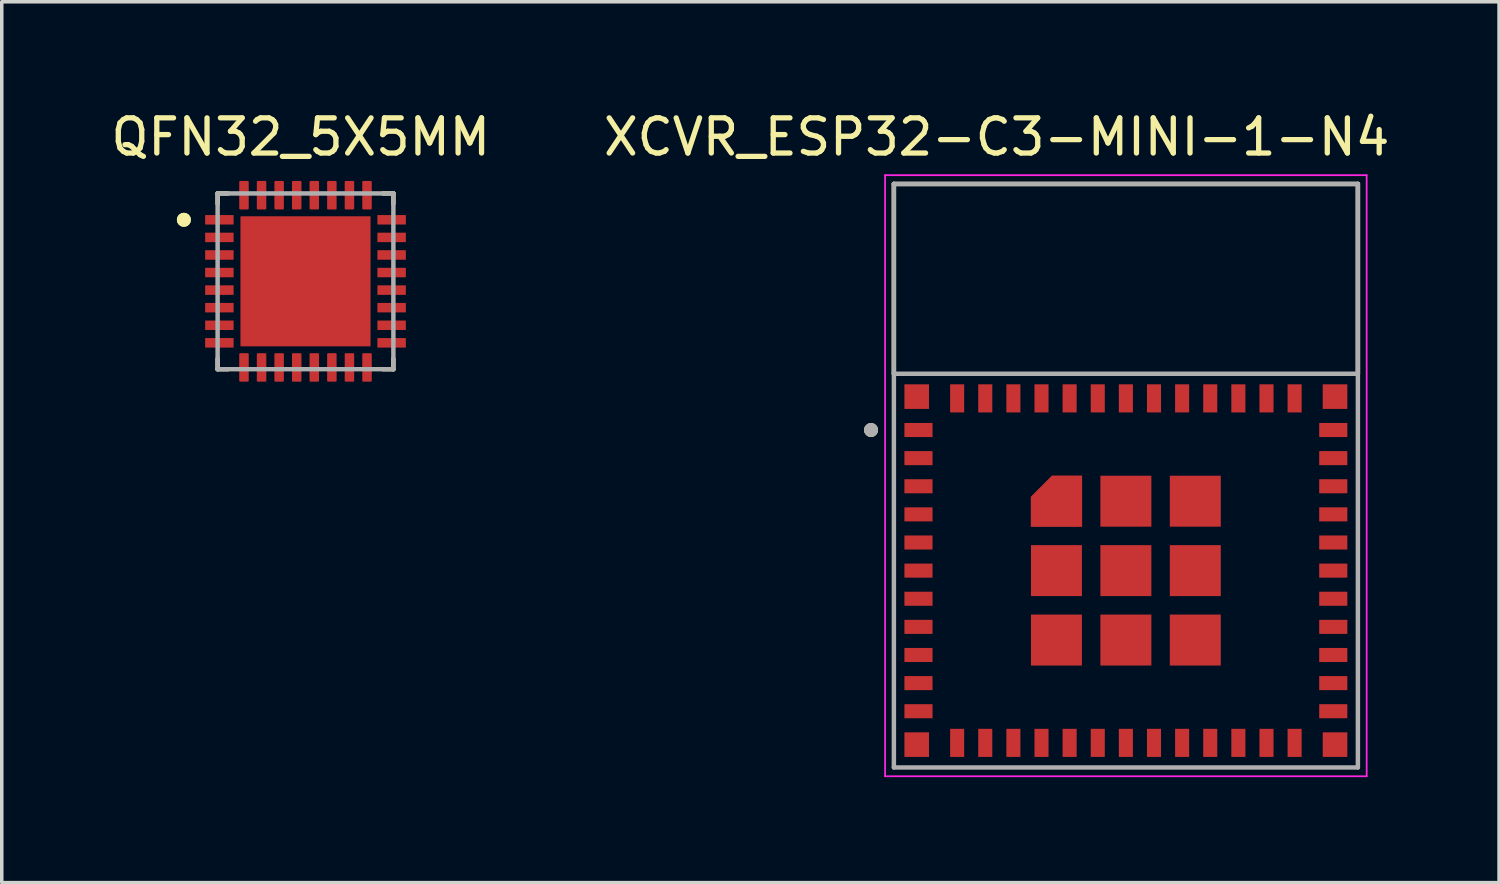
<source format=kicad_pcb>
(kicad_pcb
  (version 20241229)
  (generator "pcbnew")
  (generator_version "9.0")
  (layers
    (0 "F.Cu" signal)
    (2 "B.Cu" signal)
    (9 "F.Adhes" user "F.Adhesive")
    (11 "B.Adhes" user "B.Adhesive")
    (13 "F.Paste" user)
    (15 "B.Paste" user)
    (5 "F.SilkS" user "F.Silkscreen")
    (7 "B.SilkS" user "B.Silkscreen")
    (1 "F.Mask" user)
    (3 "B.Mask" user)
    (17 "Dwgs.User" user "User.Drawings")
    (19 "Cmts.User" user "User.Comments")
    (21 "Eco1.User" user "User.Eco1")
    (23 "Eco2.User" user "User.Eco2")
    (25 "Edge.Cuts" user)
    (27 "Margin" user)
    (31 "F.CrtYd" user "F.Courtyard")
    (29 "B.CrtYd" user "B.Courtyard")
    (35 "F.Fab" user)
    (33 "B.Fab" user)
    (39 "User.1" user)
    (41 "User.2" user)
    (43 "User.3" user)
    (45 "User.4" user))
  (footprint "QFN32_5X5MM"
    (layer "F.Cu")
    (at 5.641 4.953)
    (property "Reference" "QFN32_5X5MM" (at -0.135 -4.105 0) (layer "F.SilkS") (effects (font (size 1 1) (thickness 0.15))))
    (attr smd)
    (fp_line (start -2.5 -2.5) (end -2.5 -2.205) (stroke (width 0.127) (type solid)) (layer "F.SilkS"))
    (fp_line (start -2.5 -2.5) (end -2.205 -2.5) (stroke (width 0.127) (type solid)) (layer "F.SilkS"))
    (fp_line (start -2.5 2.5) (end -2.5 2.205) (stroke (width 0.127) (type solid)) (layer "F.SilkS"))
    (fp_line (start -2.5 2.5) (end -2.205 2.5) (stroke (width 0.127) (type solid)) (layer "F.SilkS"))
    (fp_line (start 2.5 -2.5) (end 2.205 -2.5) (stroke (width 0.127) (type solid)) (layer "F.SilkS"))
    (fp_line (start 2.5 -2.5) (end 2.5 -2.205) (stroke (width 0.127) (type solid)) (layer "F.SilkS"))
    (fp_line (start 2.5 2.5) (end 2.205 2.5) (stroke (width 0.127) (type solid)) (layer "F.SilkS"))
    (fp_line (start 2.5 2.5) (end 2.5 2.205) (stroke (width 0.127) (type solid)) (layer "F.SilkS"))
    (fp_circle (center -3.46 -1.75) (end -3.36 -1.75) (stroke (width 0.2) (type solid)) (fill no) (layer "F.SilkS"))
    (fp_circle (center -3.46 -1.75) (end -3.36 -1.75) (stroke (width 0.2) (type solid)) (fill no) (layer "F.SilkS"))
    (fp_poly (pts (xy -1.85 -1.85) (xy -0.95 -1.85) (xy -0.95 -0.95) (xy -1.85 -0.95)) (stroke (width 0.01) (type solid)) (fill yes) (layer "F.Paste"))
    (fp_poly (pts (xy -1.85 -0.45) (xy -0.95 -0.45) (xy -0.95 0.45) (xy -1.85 0.45)) (stroke (width 0.01) (type solid)) (fill yes) (layer "F.Paste"))
    (fp_poly (pts (xy -1.85 0.95) (xy -0.95 0.95) (xy -0.95 1.85) (xy -1.85 1.85)) (stroke (width 0.01) (type solid)) (fill yes) (layer "F.Paste"))
    (fp_poly (pts (xy -0.45 -1.85) (xy 0.45 -1.85) (xy 0.45 -0.95) (xy -0.45 -0.95)) (stroke (width 0.01) (type solid)) (fill yes) (layer "F.Paste"))
    (fp_poly (pts (xy -0.45 -0.45) (xy 0.45 -0.45) (xy 0.45 0.45) (xy -0.45 0.45)) (stroke (width 0.01) (type solid)) (fill yes) (layer "F.Paste"))
    (fp_poly (pts (xy -0.45 0.95) (xy 0.45 0.95) (xy 0.45 1.85) (xy -0.45 1.85)) (stroke (width 0.01) (type solid)) (fill yes) (layer "F.Paste"))
    (fp_poly (pts (xy 0.95 -1.85) (xy 1.85 -1.85) (xy 1.85 -0.95) (xy 0.95 -0.95)) (stroke (width 0.01) (type solid)) (fill yes) (layer "F.Paste"))
    (fp_poly (pts (xy 0.95 -0.45) (xy 1.85 -0.45) (xy 1.85 0.45) (xy 0.95 0.45)) (stroke (width 0.01) (type solid)) (fill yes) (layer "F.Paste"))
    (fp_poly (pts (xy 0.95 0.95) (xy 1.85 0.95) (xy 1.85 1.85) (xy 0.95 1.85)) (stroke (width 0.01) (type solid)) (fill yes) (layer "F.Paste"))
    (fp_line (start -2.5 2.5) (end -2.5 -2.5) (stroke (width 0.127) (type solid)) (layer "F.Fab"))
    (fp_line (start 2.5 -2.5) (end -2.5 -2.5) (stroke (width 0.127) (type solid)) (layer "F.Fab"))
    (fp_line (start 2.5 2.5) (end -2.5 2.5) (stroke (width 0.127) (type solid)) (layer "F.Fab"))
    (fp_line (start 2.5 2.5) (end 2.5 -2.5) (stroke (width 0.127) (type solid)) (layer "F.Fab"))
    (pad "1" smd roundrect (at -2.45 -1.75) (size 0.81 0.27) (layers "F.Cu" "F.Mask" "F.Paste") (roundrect_rratio 0.03))
    (pad "2" smd roundrect (at -2.45 -1.25) (size 0.81 0.27) (layers "F.Cu" "F.Mask" "F.Paste") (roundrect_rratio 0.03))
    (pad "3" smd roundrect (at -2.45 -0.75) (size 0.81 0.27) (layers "F.Cu" "F.Mask" "F.Paste") (roundrect_rratio 0.03))
    (pad "4" smd roundrect (at -2.45 -0.25) (size 0.81 0.27) (layers "F.Cu" "F.Mask" "F.Paste") (roundrect_rratio 0.03))
    (pad "5" smd roundrect (at -2.45 0.25) (size 0.81 0.27) (layers "F.Cu" "F.Mask" "F.Paste") (roundrect_rratio 0.03))
    (pad "6" smd roundrect (at -2.45 0.75) (size 0.81 0.27) (layers "F.Cu" "F.Mask" "F.Paste") (roundrect_rratio 0.03))
    (pad "7" smd roundrect (at -2.45 1.25) (size 0.81 0.27) (layers "F.Cu" "F.Mask" "F.Paste") (roundrect_rratio 0.03))
    (pad "8" smd roundrect (at -2.45 1.75) (size 0.81 0.27) (layers "F.Cu" "F.Mask" "F.Paste") (roundrect_rratio 0.03))
    (pad "9" smd roundrect (at -1.75 2.45) (size 0.27 0.81) (layers "F.Cu" "F.Mask" "F.Paste") (roundrect_rratio 0.1))
    (pad "10" smd roundrect (at -1.25 2.45) (size 0.27 0.81) (layers "F.Cu" "F.Mask" "F.Paste") (roundrect_rratio 0.1))
    (pad "11" smd roundrect (at -0.75 2.45) (size 0.27 0.81) (layers "F.Cu" "F.Mask" "F.Paste") (roundrect_rratio 0.1))
    (pad "12" smd roundrect (at -0.25 2.45) (size 0.27 0.81) (layers "F.Cu" "F.Mask" "F.Paste") (roundrect_rratio 0.1))
    (pad "13" smd roundrect (at 0.25 2.45) (size 0.27 0.81) (layers "F.Cu" "F.Mask" "F.Paste") (roundrect_rratio 0.1))
    (pad "14" smd roundrect (at 0.75 2.45) (size 0.27 0.81) (layers "F.Cu" "F.Mask" "F.Paste") (roundrect_rratio 0.1))
    (pad "15" smd roundrect (at 1.25 2.45) (size 0.27 0.81) (layers "F.Cu" "F.Mask" "F.Paste") (roundrect_rratio 0.1))
    (pad "16" smd roundrect (at 1.75 2.45) (size 0.27 0.81) (layers "F.Cu" "F.Mask" "F.Paste") (roundrect_rratio 0.1))
    (pad "17" smd roundrect (at 2.45 1.75) (size 0.81 0.27) (layers "F.Cu" "F.Mask" "F.Paste") (roundrect_rratio 0.03))
    (pad "18" smd roundrect (at 2.45 1.25) (size 0.81 0.27) (layers "F.Cu" "F.Mask" "F.Paste") (roundrect_rratio 0.03))
    (pad "19" smd roundrect (at 2.45 0.75) (size 0.81 0.27) (layers "F.Cu" "F.Mask" "F.Paste") (roundrect_rratio 0.03))
    (pad "20" smd roundrect (at 2.45 0.25) (size 0.81 0.27) (layers "F.Cu" "F.Mask" "F.Paste") (roundrect_rratio 0.03))
    (pad "21" smd roundrect (at 2.45 -0.25) (size 0.81 0.27) (layers "F.Cu" "F.Mask" "F.Paste") (roundrect_rratio 0.03))
    (pad "22" smd roundrect (at 2.45 -0.75) (size 0.81 0.27) (layers "F.Cu" "F.Mask" "F.Paste") (roundrect_rratio 0.03))
    (pad "23" smd roundrect (at 2.45 -1.25) (size 0.81 0.27) (layers "F.Cu" "F.Mask" "F.Paste") (roundrect_rratio 0.03))
    (pad "24" smd roundrect (at 2.45 -1.75) (size 0.81 0.27) (layers "F.Cu" "F.Mask" "F.Paste") (roundrect_rratio 0.03))
    (pad "25" smd roundrect (at 1.75 -2.45) (size 0.27 0.81) (layers "F.Cu" "F.Mask" "F.Paste") (roundrect_rratio 0.1))
    (pad "26" smd roundrect (at 1.25 -2.45) (size 0.27 0.81) (layers "F.Cu" "F.Mask" "F.Paste") (roundrect_rratio 0.1))
    (pad "27" smd roundrect (at 0.75 -2.45) (size 0.27 0.81) (layers "F.Cu" "F.Mask" "F.Paste") (roundrect_rratio 0.1))
    (pad "28" smd roundrect (at 0.25 -2.45) (size 0.27 0.81) (layers "F.Cu" "F.Mask" "F.Paste") (roundrect_rratio 0.1))
    (pad "29" smd roundrect (at -0.25 -2.45) (size 0.27 0.81) (layers "F.Cu" "F.Mask" "F.Paste") (roundrect_rratio 0.1))
    (pad "30" smd roundrect (at -0.75 -2.45) (size 0.27 0.81) (layers "F.Cu" "F.Mask" "F.Paste") (roundrect_rratio 0.1))
    (pad "31" smd roundrect (at -1.25 -2.45) (size 0.27 0.81) (layers "F.Cu" "F.Mask" "F.Paste") (roundrect_rratio 0.1))
    (pad "32" smd roundrect (at -1.75 -2.45) (size 0.27 0.81) (layers "F.Cu" "F.Mask" "F.Paste") (roundrect_rratio 0.1))
    (pad "33" smd rect (at 0 0) (size 3.7 3.7) (layers "F.Cu" "F.Mask")))
  (footprint "XCVR_ESP32-C3-MINI-1-N4"
    (layer "F.Cu")
    (at 28.979 10.483)
    (property "Reference" "XCVR_ESP32-C3-MINI-1-N4" (at -3.675 -9.635 0) (layer "F.SilkS") (effects (font (size 1 1) (thickness 0.15))))
    (attr smd)
    (fp_poly (pts (xy -1.15 1.55) (xy -2.8 1.55) (xy -2.8 0.56) (xy -2.14 -0.1) (xy -1.15 -0.1)) (stroke (width 0.01) (type solid)) (fill yes) (layer "F.Mask"))
    (fp_line (start -6.6 -8.3) (end 6.6 -8.3) (stroke (width 0.127) (type solid)) (layer "F.SilkS"))
    (fp_line (start -6.6 -2.92) (end -6.6 -8.3) (stroke (width 0.127) (type solid)) (layer "F.SilkS"))
    (fp_line (start 6.6 -8.3) (end 6.6 -2.92) (stroke (width 0.127) (type solid)) (layer "F.SilkS"))
    (fp_circle (center -7.25 -1.3) (end -7.15 -1.3) (stroke (width 0.2) (type solid)) (fill no) (layer "F.SilkS"))
    (fp_poly (pts (xy -1.25 1.45) (xy -2.7 1.45) (xy -2.7 0.6) (xy -2.1 0) (xy -1.25 0)) (stroke (width 0.01) (type solid)) (fill yes) (layer "F.Paste"))
    (fp_line (start -6.85 -8.55) (end -6.85 8.55) (stroke (width 0.05) (type solid)) (layer "F.CrtYd"))
    (fp_line (start -6.85 8.55) (end 6.85 8.55) (stroke (width 0.05) (type solid)) (layer "F.CrtYd"))
    (fp_line (start 6.85 -8.55) (end -6.85 -8.55) (stroke (width 0.05) (type solid)) (layer "F.CrtYd"))
    (fp_line (start 6.85 8.55) (end 6.85 -8.55) (stroke (width 0.05) (type solid)) (layer "F.CrtYd"))
    (fp_line (start -6.6 -8.3) (end 6.6 -8.3) (stroke (width 0.127) (type solid)) (layer "F.Fab"))
    (fp_line (start -6.6 -2.9) (end -6.6 -8.3) (stroke (width 0.127) (type solid)) (layer "F.Fab"))
    (fp_line (start -6.6 -2.9) (end 6.6 -2.9) (stroke (width 0.127) (type solid)) (layer "F.Fab"))
    (fp_line (start -6.6 8.3) (end -6.6 -2.9) (stroke (width 0.127) (type solid)) (layer "F.Fab"))
    (fp_line (start 6.6 -8.3) (end 6.6 -2.9) (stroke (width 0.127) (type solid)) (layer "F.Fab"))
    (fp_line (start 6.6 -2.9) (end 6.6 8.3) (stroke (width 0.127) (type solid)) (layer "F.Fab"))
    (fp_line (start 6.6 8.3) (end -6.6 8.3) (stroke (width 0.127) (type solid)) (layer "F.Fab"))
    (fp_circle (center -7.25 -1.3) (end -7.15 -1.3) (stroke (width 0.2) (type solid)) (fill no) (layer "F.Fab"))
    (pad "1" smd rect (at -5.9 -1.3) (size 0.8 0.4) (layers "F.Cu" "F.Mask" "F.Paste"))
    (pad "2" smd rect (at -5.9 -0.5) (size 0.8 0.4) (layers "F.Cu" "F.Mask" "F.Paste"))
    (pad "3" smd rect (at -5.9 0.3) (size 0.8 0.4) (layers "F.Cu" "F.Mask" "F.Paste"))
    (pad "4" smd rect (at -5.9 1.1) (size 0.8 0.4) (layers "F.Cu" "F.Mask" "F.Paste"))
    (pad "5" smd rect (at -5.9 1.9) (size 0.8 0.4) (layers "F.Cu" "F.Mask" "F.Paste"))
    (pad "6" smd rect (at -5.9 2.7) (size 0.8 0.4) (layers "F.Cu" "F.Mask" "F.Paste"))
    (pad "7" smd rect (at -5.9 3.5) (size 0.8 0.4) (layers "F.Cu" "F.Mask" "F.Paste"))
    (pad "8" smd rect (at -5.9 4.3) (size 0.8 0.4) (layers "F.Cu" "F.Mask" "F.Paste"))
    (pad "9" smd rect (at -5.9 5.1) (size 0.8 0.4) (layers "F.Cu" "F.Mask" "F.Paste"))
    (pad "10" smd rect (at -5.9 5.9) (size 0.8 0.4) (layers "F.Cu" "F.Mask" "F.Paste"))
    (pad "11" smd rect (at -5.9 6.7) (size 0.8 0.4) (layers "F.Cu" "F.Mask" "F.Paste"))
    (pad "12" smd rect (at -4.8 7.6) (size 0.4 0.8) (layers "F.Cu" "F.Mask" "F.Paste"))
    (pad "13" smd rect (at -4 7.6) (size 0.4 0.8) (layers "F.Cu" "F.Mask" "F.Paste"))
    (pad "14" smd rect (at -3.2 7.6) (size 0.4 0.8) (layers "F.Cu" "F.Mask" "F.Paste"))
    (pad "15" smd rect (at -2.4 7.6) (size 0.4 0.8) (layers "F.Cu" "F.Mask" "F.Paste"))
    (pad "16" smd rect (at -1.6 7.6) (size 0.4 0.8) (layers "F.Cu" "F.Mask" "F.Paste"))
    (pad "17" smd rect (at -0.8 7.6) (size 0.4 0.8) (layers "F.Cu" "F.Mask" "F.Paste"))
    (pad "18" smd rect (at 0 7.6) (size 0.4 0.8) (layers "F.Cu" "F.Mask" "F.Paste"))
    (pad "19" smd rect (at 0.8 7.6) (size 0.4 0.8) (layers "F.Cu" "F.Mask" "F.Paste"))
    (pad "20" smd rect (at 1.6 7.6) (size 0.4 0.8) (layers "F.Cu" "F.Mask" "F.Paste"))
    (pad "21" smd rect (at 2.4 7.6) (size 0.4 0.8) (layers "F.Cu" "F.Mask" "F.Paste"))
    (pad "22" smd rect (at 3.2 7.6) (size 0.4 0.8) (layers "F.Cu" "F.Mask" "F.Paste"))
    (pad "23" smd rect (at 4 7.6) (size 0.4 0.8) (layers "F.Cu" "F.Mask" "F.Paste"))
    (pad "24" smd rect (at 4.8 7.6) (size 0.4 0.8) (layers "F.Cu" "F.Mask" "F.Paste"))
    (pad "25" smd rect (at 5.9 6.7) (size 0.8 0.4) (layers "F.Cu" "F.Mask" "F.Paste"))
    (pad "26" smd rect (at 5.9 5.9) (size 0.8 0.4) (layers "F.Cu" "F.Mask" "F.Paste"))
    (pad "27" smd rect (at 5.9 5.1) (size 0.8 0.4) (layers "F.Cu" "F.Mask" "F.Paste"))
    (pad "28" smd rect (at 5.9 4.3) (size 0.8 0.4) (layers "F.Cu" "F.Mask" "F.Paste"))
    (pad "29" smd rect (at 5.9 3.5) (size 0.8 0.4) (layers "F.Cu" "F.Mask" "F.Paste"))
    (pad "30" smd rect (at 5.9 2.7) (size 0.8 0.4) (layers "F.Cu" "F.Mask" "F.Paste"))
    (pad "31" smd rect (at 5.9 1.9) (size 0.8 0.4) (layers "F.Cu" "F.Mask" "F.Paste"))
    (pad "32" smd rect (at 5.9 1.1) (size 0.8 0.4) (layers "F.Cu" "F.Mask" "F.Paste"))
    (pad "33" smd rect (at 5.9 0.3) (size 0.8 0.4) (layers "F.Cu" "F.Mask" "F.Paste"))
    (pad "34" smd rect (at 5.9 -0.5) (size 0.8 0.4) (layers "F.Cu" "F.Mask" "F.Paste"))
    (pad "35" smd rect (at 5.9 -1.3) (size 0.8 0.4) (layers "F.Cu" "F.Mask" "F.Paste"))
    (pad "36" smd rect (at 4.8 -2.2) (size 0.4 0.8) (layers "F.Cu" "F.Mask" "F.Paste"))
    (pad "37" smd rect (at 4 -2.2) (size 0.4 0.8) (layers "F.Cu" "F.Mask" "F.Paste"))
    (pad "38" smd rect (at 3.2 -2.2) (size 0.4 0.8) (layers "F.Cu" "F.Mask" "F.Paste"))
    (pad "39" smd rect (at 2.4 -2.2) (size 0.4 0.8) (layers "F.Cu" "F.Mask" "F.Paste"))
    (pad "40" smd rect (at 1.6 -2.2) (size 0.4 0.8) (layers "F.Cu" "F.Mask" "F.Paste"))
    (pad "41" smd rect (at 0.8 -2.2) (size 0.4 0.8) (layers "F.Cu" "F.Mask" "F.Paste"))
    (pad "42" smd rect (at 0 -2.2) (size 0.4 0.8) (layers "F.Cu" "F.Mask" "F.Paste"))
    (pad "43" smd rect (at -0.8 -2.2) (size 0.4 0.8) (layers "F.Cu" "F.Mask" "F.Paste"))
    (pad "44" smd rect (at -1.6 -2.2) (size 0.4 0.8) (layers "F.Cu" "F.Mask" "F.Paste"))
    (pad "45" smd rect (at -2.4 -2.2) (size 0.4 0.8) (layers "F.Cu" "F.Mask" "F.Paste"))
    (pad "46" smd rect (at -3.2 -2.2) (size 0.4 0.8) (layers "F.Cu" "F.Mask" "F.Paste"))
    (pad "47" smd rect (at -4 -2.2) (size 0.4 0.8) (layers "F.Cu" "F.Mask" "F.Paste"))
    (pad "48" smd rect (at -4.8 -2.2) (size 0.4 0.8) (layers "F.Cu" "F.Mask" "F.Paste"))
    (pad "49_1" smd custom (at -1.975 0.725) (size 0.6 0.6) (layers "F.Cu") (options (anchor rect)) (primitives (gr_poly (pts (xy 0.725 0.725) (xy -0.725 0.725) (xy -0.725 -0.125) (xy -0.125 -0.725) (xy 0.725 -0.725)) (width 0.01) (fill yes))))
    (pad "49_2" smd rect (at 0 0.725) (size 1.45 1.45) (layers "F.Cu" "F.Mask" "F.Paste"))
    (pad "49_3" smd rect (at 1.975 0.725) (size 1.45 1.45) (layers "F.Cu" "F.Mask" "F.Paste"))
    (pad "49_4" smd rect (at 1.975 2.7) (size 1.45 1.45) (layers "F.Cu" "F.Mask" "F.Paste"))
    (pad "49_5" smd rect (at 1.975 4.675) (size 1.45 1.45) (layers "F.Cu" "F.Mask" "F.Paste"))
    (pad "49_6" smd rect (at 0 4.675) (size 1.45 1.45) (layers "F.Cu" "F.Mask" "F.Paste"))
    (pad "49_7" smd rect (at -1.975 4.675) (size 1.45 1.45) (layers "F.Cu" "F.Mask" "F.Paste"))
    (pad "49_8" smd rect (at -1.975 2.7) (size 1.45 1.45) (layers "F.Cu" "F.Mask" "F.Paste"))
    (pad "49_9" smd rect (at 0 2.7) (size 1.45 1.45) (layers "F.Cu" "F.Mask" "F.Paste"))
    (pad "50" smd rect (at 5.95 -2.25) (size 0.7 0.7) (layers "F.Cu" "F.Mask" "F.Paste"))
    (pad "51" smd rect (at 5.95 7.65) (size 0.7 0.7) (layers "F.Cu" "F.Mask" "F.Paste"))
    (pad "52" smd rect (at -5.95 7.65) (size 0.7 0.7) (layers "F.Cu" "F.Mask" "F.Paste"))
    (pad "53" smd rect (at -5.95 -2.25) (size 0.7 0.7) (layers "F.Cu" "F.Mask" "F.Paste"))
    (zone (net_name "") (layer "F.Cu") (hatch full 0.508) (connect_pads) (min_thickness 0.01) (filled_areas_thickness no) (keepout (tracks not_allowed) (vias not_allowed) (pads not_allowed) (copperpour not_allowed) (footprints allowed)) (placement (enabled no)) (fill) (polygon (pts (xy 22.379 2.183) (xy 35.579 2.183) (xy 35.579 7.583) (xy 22.379 7.583))))
    (zone (net_name "") (layers "F.Cu" "B.Cu") (hatch full 0.508) (connect_pads) (min_thickness 0.01) (filled_areas_thickness no) (keepout (tracks allowed) (vias not_allowed) (pads allowed) (copperpour allowed) (footprints allowed)) (placement (enabled no)) (fill) (polygon (pts (xy 22.379 2.183) (xy 35.579 2.183) (xy 35.579 7.583) (xy 22.379 7.583))))
    (zone (net_name "") (layer "B.Cu") (hatch full 0.508) (connect_pads) (min_thickness 0.01) (filled_areas_thickness no) (keepout (tracks not_allowed) (vias not_allowed) (pads not_allowed) (copperpour not_allowed) (footprints allowed)) (placement (enabled no)) (fill) (polygon (pts (xy 22.379 2.183) (xy 35.579 2.183) (xy 35.579 7.583) (xy 22.379 7.583)))))
  (gr_rect
    (start -3 -3)
    (end 39.595 22.058)
    (stroke (width 0.1) (type default))
    (fill no)
    (layer "Edge.Cuts")))
</source>
